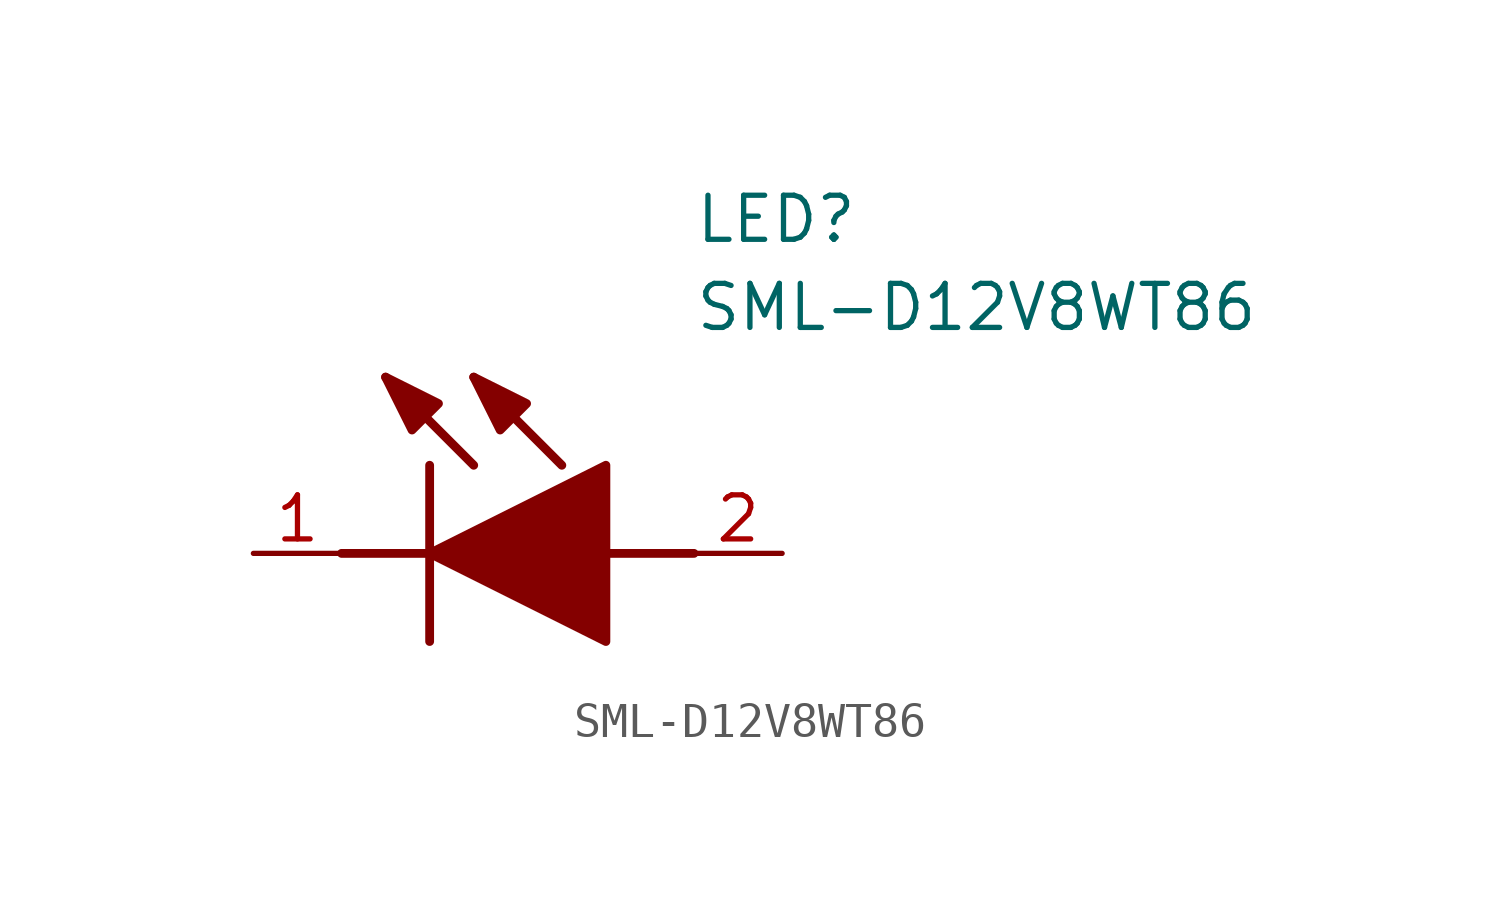
<source format=kicad_sym>
(kicad_symbol_lib
  (version 20211014)
  (generator SamacSys_ECAD_Model)
  (symbol "SML-D12V8WT86"
    (pin_names hide)
    (property "Reference" "LED"
      (at 12.7 8.89 0)
      (effects (font (size 1.27 1.27)) (justify left bottom)))
    (property "Value" "SML-D12V8WT86"
      (at 12.7 6.35 0)
      (effects (font (size 1.27 1.27)) (justify left bottom)))
    (polyline
      (pts (xy 5.08 2.54) (xy 5.08 -2.54))
      (stroke (width 0.254) (type default))
      (fill (type none)))
    (polyline
      (pts (xy 6.35 2.54) (xy 3.81 5.08))
      (stroke (width 0.254) (type default))
      (fill (type none)))
    (polyline
      (pts (xy 8.89 2.54) (xy 6.35 5.08))
      (stroke (width 0.254) (type default))
      (fill (type none)))
    (polyline
      (pts (xy 2.54 0) (xy 5.08 0))
      (stroke (width 0.254) (type default))
      (fill (type none)))
    (polyline
      (pts (xy 10.16 0) (xy 12.7 0))
      (stroke (width 0.254) (type default))
      (fill (type none)))
    (polyline
      (pts (xy 5.08 0) (xy 10.16 2.54) (xy 10.16 -2.54) (xy 5.08 0))
      (stroke (width 0.254) (type default))
      (fill (type outline)))
    (polyline
      (pts (xy 5.334 4.318) (xy 4.572 3.556) (xy 3.81 5.08) (xy 5.334 4.318))
      (stroke (width 0.254) (type default))
      (fill (type outline)))
    (polyline
      (pts (xy 7.874 4.318) (xy 7.112 3.556) (xy 6.35 5.08) (xy 7.874 4.318))
      (stroke (width 0.254) (type default))
      (fill (type outline)))
    (pin passive line
      (at 0 0 0)
      (length 2.54)
      (name "K" (effects (font (size 1.27 1.27))))
      (number "1" (effects (font (size 1.27 1.27)))))
    (pin passive line
      (at 15.24 0 180)
      (length 2.54)
      (name "A" (effects (font (size 1.27 1.27))))
      (number "2" (effects (font (size 1.27 1.27)))))))
</source>
